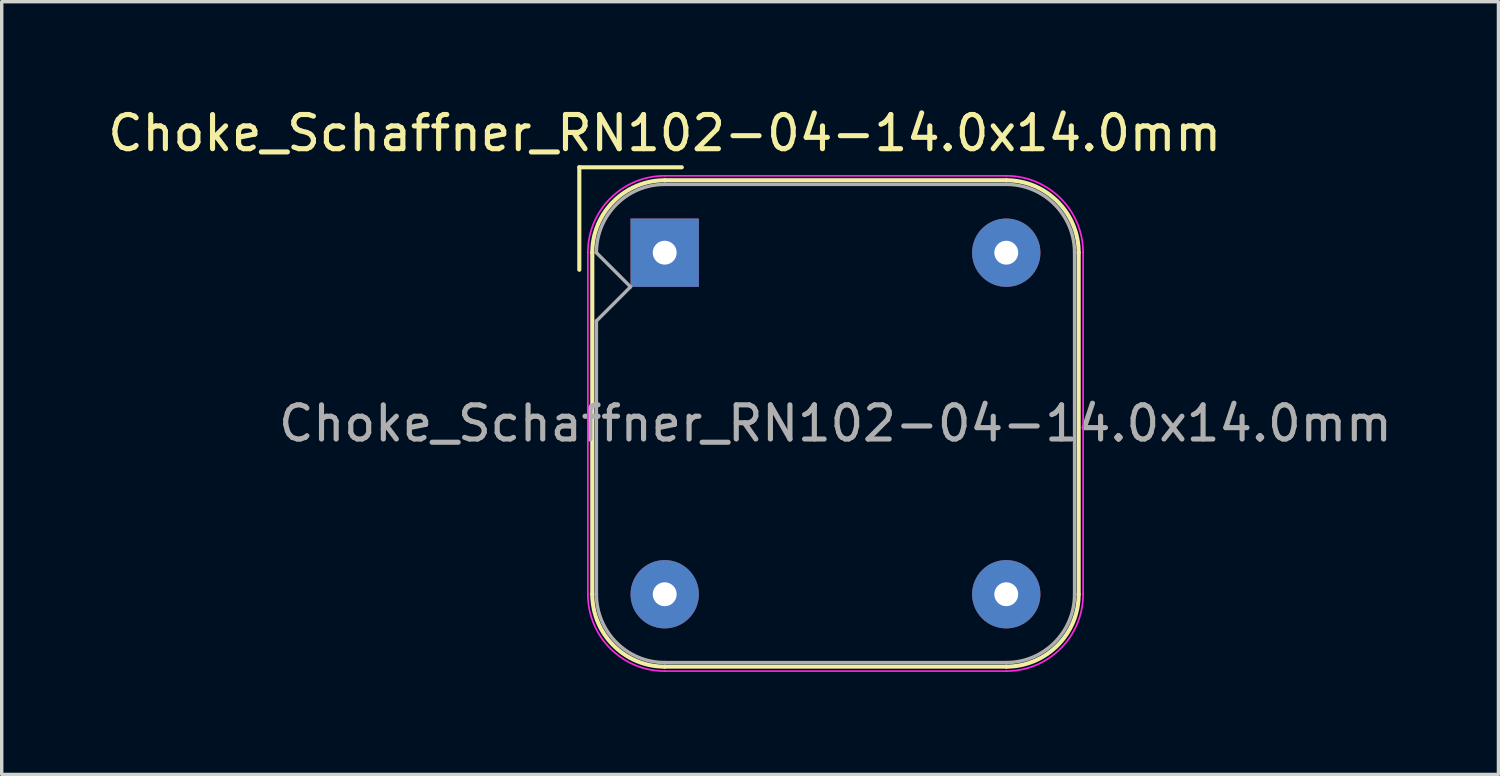
<source format=kicad_pcb>
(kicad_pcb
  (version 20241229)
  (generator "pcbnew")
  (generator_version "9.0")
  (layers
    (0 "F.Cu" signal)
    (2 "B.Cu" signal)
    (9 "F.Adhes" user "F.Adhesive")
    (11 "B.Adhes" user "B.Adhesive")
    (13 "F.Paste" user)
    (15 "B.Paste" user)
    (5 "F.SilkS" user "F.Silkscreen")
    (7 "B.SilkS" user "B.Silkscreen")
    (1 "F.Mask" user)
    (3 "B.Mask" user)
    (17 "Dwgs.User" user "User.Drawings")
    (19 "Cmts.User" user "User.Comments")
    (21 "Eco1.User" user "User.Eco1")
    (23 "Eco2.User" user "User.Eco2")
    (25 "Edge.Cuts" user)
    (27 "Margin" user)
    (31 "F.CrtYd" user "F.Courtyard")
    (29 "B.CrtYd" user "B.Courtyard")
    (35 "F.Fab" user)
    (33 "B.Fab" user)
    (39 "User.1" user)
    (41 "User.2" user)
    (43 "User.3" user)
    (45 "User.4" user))
  (footprint "Choke_Schaffner_RN102-04-14.0x14.0mm"
    (layer "F.Cu")
    (at 16.411 4.348)
    (property "Reference" "Choke_Schaffner_RN102-04-14.0x14.0mm" (at 0 -3.5 0) (layer "F.SilkS") (effects (font (size 1 1) (thickness 0.15))))
    (attr through_hole)
    (fp_line (start -2.5 -2.5) (end -2.5 0.5) (stroke (width 0.12) (type solid)) (layer "F.SilkS"))
    (fp_line (start -2.5 -2.5) (end 0.5 -2.5) (stroke (width 0.12) (type solid)) (layer "F.SilkS"))
    (fp_line (start -2.12 10) (end -2.12 0) (stroke (width 0.12) (type solid)) (layer "F.SilkS"))
    (fp_line (start 0 -2.12) (end 10 -2.12) (stroke (width 0.12) (type solid)) (layer "F.SilkS"))
    (fp_line (start 10 12.12) (end 0 12.12) (stroke (width 0.12) (type solid)) (layer "F.SilkS"))
    (fp_line (start 12.12 0) (end 12.12 10) (stroke (width 0.12) (type solid)) (layer "F.SilkS"))
    (fp_arc (start -2.12 0) (mid -1.499066 -1.499066) (end 0 -2.12) (stroke (width 0.12) (type solid)) (layer "F.SilkS"))
    (fp_arc (start 0 12.12) (mid -1.499066 11.499066) (end -2.12 10) (stroke (width 0.12) (type solid)) (layer "F.SilkS"))
    (fp_arc (start 10 -2.12) (mid 11.499066 -1.499066) (end 12.12 0) (stroke (width 0.12) (type solid)) (layer "F.SilkS"))
    (fp_arc (start 12.12 10) (mid 11.499066 11.499066) (end 10 12.12) (stroke (width 0.12) (type solid)) (layer "F.SilkS"))
    (fp_line (start -2.25 10) (end -2.25 0) (stroke (width 0.05) (type solid)) (layer "F.CrtYd"))
    (fp_line (start 0 -2.25) (end 10 -2.25) (stroke (width 0.05) (type solid)) (layer "F.CrtYd"))
    (fp_line (start 10 12.25) (end 0 12.25) (stroke (width 0.05) (type solid)) (layer "F.CrtYd"))
    (fp_line (start 12.25 0) (end 12.25 10) (stroke (width 0.05) (type solid)) (layer "F.CrtYd"))
    (fp_arc (start -2.25 0) (mid -1.59099 -1.59099) (end 0 -2.25) (stroke (width 0.05) (type solid)) (layer "F.CrtYd"))
    (fp_arc (start 0 12.25) (mid -1.59099 11.59099) (end -2.25 10) (stroke (width 0.05) (type solid)) (layer "F.CrtYd"))
    (fp_arc (start 10 -2.25) (mid 11.59099 -1.59099) (end 12.25 0) (stroke (width 0.05) (type solid)) (layer "F.CrtYd"))
    (fp_arc (start 12.25 10) (mid 11.59099 11.59099) (end 10 12.25) (stroke (width 0.05) (type solid)) (layer "F.CrtYd"))
    (fp_line (start -2 2) (end -1 1) (stroke (width 0.1) (type solid)) (layer "F.Fab"))
    (fp_line (start -2 10) (end -2 2) (stroke (width 0.1) (type solid)) (layer "F.Fab"))
    (fp_line (start -1 1) (end -2 0) (stroke (width 0.1) (type solid)) (layer "F.Fab"))
    (fp_line (start 0 -2) (end 10 -2) (stroke (width 0.1) (type solid)) (layer "F.Fab"))
    (fp_line (start 10 12) (end 0 12) (stroke (width 0.1) (type solid)) (layer "F.Fab"))
    (fp_line (start 12 0) (end 12 10) (stroke (width 0.1) (type solid)) (layer "F.Fab"))
    (fp_arc (start -2 0) (mid -1.414214 -1.414214) (end 0 -2) (stroke (width 0.1) (type solid)) (layer "F.Fab"))
    (fp_arc (start 0 12) (mid -1.414214 11.414214) (end -2 10) (stroke (width 0.1) (type solid)) (layer "F.Fab"))
    (fp_arc (start 10 -2) (mid 11.414214 -1.414214) (end 12 0) (stroke (width 0.1) (type solid)) (layer "F.Fab"))
    (fp_arc (start 12 10) (mid 11.414214 11.414214) (end 10 12) (stroke (width 0.1) (type solid)) (layer "F.Fab"))
    (fp_text user "${REFERENCE}" (at 5 5 0) (layer "F.Fab") (effects (font (size 1 1) (thickness 0.15))))
    (pad "1" thru_hole rect (at 0 0) (size 2 2) (drill 0.7) (layers "*.Cu" "*.Mask"))
    (pad "2" thru_hole circle (at 10 0) (size 2 2) (drill 0.7) (layers "*.Cu" "*.Mask"))
    (pad "3" thru_hole circle (at 0 10) (size 2 2) (drill 0.7) (layers "*.Cu" "*.Mask"))
    (pad "4" thru_hole circle (at 10 10) (size 2 2) (drill 0.7) (layers "*.Cu" "*.Mask")))
  (gr_rect
    (start -3 -3)
    (end 40.821 19.623)
    (stroke (width 0.1) (type default))
    (fill no)
    (layer "Edge.Cuts")))
</source>
